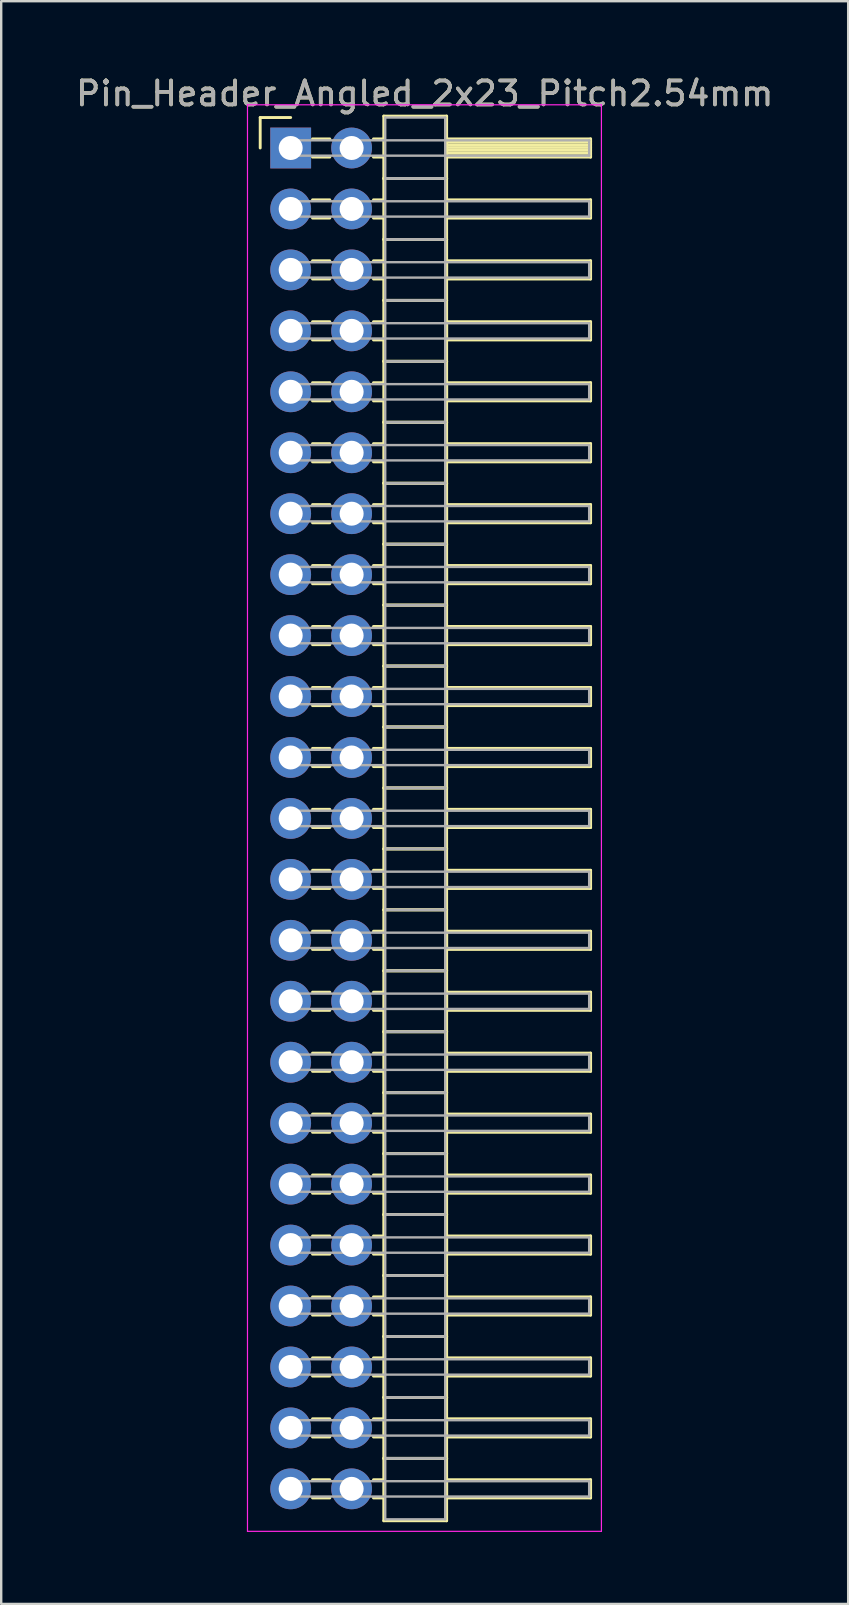
<source format=kicad_pcb>
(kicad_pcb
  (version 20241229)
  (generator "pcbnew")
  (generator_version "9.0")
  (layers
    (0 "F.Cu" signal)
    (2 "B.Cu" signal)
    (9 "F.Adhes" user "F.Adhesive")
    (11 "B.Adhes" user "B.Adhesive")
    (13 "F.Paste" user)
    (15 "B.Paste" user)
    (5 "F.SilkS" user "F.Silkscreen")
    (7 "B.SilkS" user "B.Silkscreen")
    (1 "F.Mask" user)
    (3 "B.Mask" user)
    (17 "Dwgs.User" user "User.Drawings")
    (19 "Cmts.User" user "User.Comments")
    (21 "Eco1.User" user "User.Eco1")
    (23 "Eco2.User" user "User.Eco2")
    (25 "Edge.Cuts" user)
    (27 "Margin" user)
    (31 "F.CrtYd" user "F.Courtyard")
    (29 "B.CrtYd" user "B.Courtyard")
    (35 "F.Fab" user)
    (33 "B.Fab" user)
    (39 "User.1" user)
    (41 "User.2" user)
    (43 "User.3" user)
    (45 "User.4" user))
  (footprint "Pin_Header_Angled_2x23_Pitch2.54mm"
    (layer "F.Cu")
    (at 9.064 3.118)
    (property "Reference" "Pin_Header_Angled_2x23_Pitch2.54mm" (at 5.585 -2.27 0) (layer "F.SilkS") (effects (font (size 1 1) (thickness 0.15))))
    (attr through_hole)
    (fp_line (start -1.27 -1.27) (end 0 -1.27) (stroke (width 0.12) (type solid)) (layer "F.SilkS"))
    (fp_line (start -1.27 0) (end -1.27 -1.27) (stroke (width 0.12) (type solid)) (layer "F.SilkS"))
    (fp_line (start 0.91 -0.38) (end 1.63 -0.38) (stroke (width 0.12) (type solid)) (layer "F.SilkS"))
    (fp_line (start 0.91 0.38) (end 1.63 0.38) (stroke (width 0.12) (type solid)) (layer "F.SilkS"))
    (fp_line (start 0.91 2.16) (end 1.63 2.16) (stroke (width 0.12) (type solid)) (layer "F.SilkS"))
    (fp_line (start 0.91 2.92) (end 1.63 2.92) (stroke (width 0.12) (type solid)) (layer "F.SilkS"))
    (fp_line (start 0.91 4.7) (end 1.63 4.7) (stroke (width 0.12) (type solid)) (layer "F.SilkS"))
    (fp_line (start 0.91 5.46) (end 1.63 5.46) (stroke (width 0.12) (type solid)) (layer "F.SilkS"))
    (fp_line (start 0.91 7.24) (end 1.63 7.24) (stroke (width 0.12) (type solid)) (layer "F.SilkS"))
    (fp_line (start 0.91 8) (end 1.63 8) (stroke (width 0.12) (type solid)) (layer "F.SilkS"))
    (fp_line (start 0.91 9.78) (end 1.63 9.78) (stroke (width 0.12) (type solid)) (layer "F.SilkS"))
    (fp_line (start 0.91 10.54) (end 1.63 10.54) (stroke (width 0.12) (type solid)) (layer "F.SilkS"))
    (fp_line (start 0.91 12.32) (end 1.63 12.32) (stroke (width 0.12) (type solid)) (layer "F.SilkS"))
    (fp_line (start 0.91 13.08) (end 1.63 13.08) (stroke (width 0.12) (type solid)) (layer "F.SilkS"))
    (fp_line (start 0.91 14.86) (end 1.63 14.86) (stroke (width 0.12) (type solid)) (layer "F.SilkS"))
    (fp_line (start 0.91 15.62) (end 1.63 15.62) (stroke (width 0.12) (type solid)) (layer "F.SilkS"))
    (fp_line (start 0.91 17.4) (end 1.63 17.4) (stroke (width 0.12) (type solid)) (layer "F.SilkS"))
    (fp_line (start 0.91 18.16) (end 1.63 18.16) (stroke (width 0.12) (type solid)) (layer "F.SilkS"))
    (fp_line (start 0.91 19.94) (end 1.63 19.94) (stroke (width 0.12) (type solid)) (layer "F.SilkS"))
    (fp_line (start 0.91 20.7) (end 1.63 20.7) (stroke (width 0.12) (type solid)) (layer "F.SilkS"))
    (fp_line (start 0.91 22.48) (end 1.63 22.48) (stroke (width 0.12) (type solid)) (layer "F.SilkS"))
    (fp_line (start 0.91 23.24) (end 1.63 23.24) (stroke (width 0.12) (type solid)) (layer "F.SilkS"))
    (fp_line (start 0.91 25.02) (end 1.63 25.02) (stroke (width 0.12) (type solid)) (layer "F.SilkS"))
    (fp_line (start 0.91 25.78) (end 1.63 25.78) (stroke (width 0.12) (type solid)) (layer "F.SilkS"))
    (fp_line (start 0.91 27.56) (end 1.63 27.56) (stroke (width 0.12) (type solid)) (layer "F.SilkS"))
    (fp_line (start 0.91 28.32) (end 1.63 28.32) (stroke (width 0.12) (type solid)) (layer "F.SilkS"))
    (fp_line (start 0.91 30.1) (end 1.63 30.1) (stroke (width 0.12) (type solid)) (layer "F.SilkS"))
    (fp_line (start 0.91 30.86) (end 1.63 30.86) (stroke (width 0.12) (type solid)) (layer "F.SilkS"))
    (fp_line (start 0.91 32.64) (end 1.63 32.64) (stroke (width 0.12) (type solid)) (layer "F.SilkS"))
    (fp_line (start 0.91 33.4) (end 1.63 33.4) (stroke (width 0.12) (type solid)) (layer "F.SilkS"))
    (fp_line (start 0.91 35.18) (end 1.63 35.18) (stroke (width 0.12) (type solid)) (layer "F.SilkS"))
    (fp_line (start 0.91 35.94) (end 1.63 35.94) (stroke (width 0.12) (type solid)) (layer "F.SilkS"))
    (fp_line (start 0.91 37.72) (end 1.63 37.72) (stroke (width 0.12) (type solid)) (layer "F.SilkS"))
    (fp_line (start 0.91 38.48) (end 1.63 38.48) (stroke (width 0.12) (type solid)) (layer "F.SilkS"))
    (fp_line (start 0.91 40.26) (end 1.63 40.26) (stroke (width 0.12) (type solid)) (layer "F.SilkS"))
    (fp_line (start 0.91 41.02) (end 1.63 41.02) (stroke (width 0.12) (type solid)) (layer "F.SilkS"))
    (fp_line (start 0.91 42.8) (end 1.63 42.8) (stroke (width 0.12) (type solid)) (layer "F.SilkS"))
    (fp_line (start 0.91 43.56) (end 1.63 43.56) (stroke (width 0.12) (type solid)) (layer "F.SilkS"))
    (fp_line (start 0.91 45.34) (end 1.63 45.34) (stroke (width 0.12) (type solid)) (layer "F.SilkS"))
    (fp_line (start 0.91 46.1) (end 1.63 46.1) (stroke (width 0.12) (type solid)) (layer "F.SilkS"))
    (fp_line (start 0.91 47.88) (end 1.63 47.88) (stroke (width 0.12) (type solid)) (layer "F.SilkS"))
    (fp_line (start 0.91 48.64) (end 1.63 48.64) (stroke (width 0.12) (type solid)) (layer "F.SilkS"))
    (fp_line (start 0.91 50.42) (end 1.63 50.42) (stroke (width 0.12) (type solid)) (layer "F.SilkS"))
    (fp_line (start 0.91 51.18) (end 1.63 51.18) (stroke (width 0.12) (type solid)) (layer "F.SilkS"))
    (fp_line (start 0.91 52.96) (end 1.63 52.96) (stroke (width 0.12) (type solid)) (layer "F.SilkS"))
    (fp_line (start 0.91 53.72) (end 1.63 53.72) (stroke (width 0.12) (type solid)) (layer "F.SilkS"))
    (fp_line (start 0.91 55.5) (end 1.63 55.5) (stroke (width 0.12) (type solid)) (layer "F.SilkS"))
    (fp_line (start 0.91 56.26) (end 1.63 56.26) (stroke (width 0.12) (type solid)) (layer "F.SilkS"))
    (fp_line (start 3.45 -0.38) (end 3.88 -0.38) (stroke (width 0.12) (type solid)) (layer "F.SilkS"))
    (fp_line (start 3.45 0.38) (end 3.88 0.38) (stroke (width 0.12) (type solid)) (layer "F.SilkS"))
    (fp_line (start 3.45 2.16) (end 3.88 2.16) (stroke (width 0.12) (type solid)) (layer "F.SilkS"))
    (fp_line (start 3.45 2.92) (end 3.88 2.92) (stroke (width 0.12) (type solid)) (layer "F.SilkS"))
    (fp_line (start 3.45 4.7) (end 3.88 4.7) (stroke (width 0.12) (type solid)) (layer "F.SilkS"))
    (fp_line (start 3.45 5.46) (end 3.88 5.46) (stroke (width 0.12) (type solid)) (layer "F.SilkS"))
    (fp_line (start 3.45 7.24) (end 3.88 7.24) (stroke (width 0.12) (type solid)) (layer "F.SilkS"))
    (fp_line (start 3.45 8) (end 3.88 8) (stroke (width 0.12) (type solid)) (layer "F.SilkS"))
    (fp_line (start 3.45 9.78) (end 3.88 9.78) (stroke (width 0.12) (type solid)) (layer "F.SilkS"))
    (fp_line (start 3.45 10.54) (end 3.88 10.54) (stroke (width 0.12) (type solid)) (layer "F.SilkS"))
    (fp_line (start 3.45 12.32) (end 3.88 12.32) (stroke (width 0.12) (type solid)) (layer "F.SilkS"))
    (fp_line (start 3.45 13.08) (end 3.88 13.08) (stroke (width 0.12) (type solid)) (layer "F.SilkS"))
    (fp_line (start 3.45 14.86) (end 3.88 14.86) (stroke (width 0.12) (type solid)) (layer "F.SilkS"))
    (fp_line (start 3.45 15.62) (end 3.88 15.62) (stroke (width 0.12) (type solid)) (layer "F.SilkS"))
    (fp_line (start 3.45 17.4) (end 3.88 17.4) (stroke (width 0.12) (type solid)) (layer "F.SilkS"))
    (fp_line (start 3.45 18.16) (end 3.88 18.16) (stroke (width 0.12) (type solid)) (layer "F.SilkS"))
    (fp_line (start 3.45 19.94) (end 3.88 19.94) (stroke (width 0.12) (type solid)) (layer "F.SilkS"))
    (fp_line (start 3.45 20.7) (end 3.88 20.7) (stroke (width 0.12) (type solid)) (layer "F.SilkS"))
    (fp_line (start 3.45 22.48) (end 3.88 22.48) (stroke (width 0.12) (type solid)) (layer "F.SilkS"))
    (fp_line (start 3.45 23.24) (end 3.88 23.24) (stroke (width 0.12) (type solid)) (layer "F.SilkS"))
    (fp_line (start 3.45 25.02) (end 3.88 25.02) (stroke (width 0.12) (type solid)) (layer "F.SilkS"))
    (fp_line (start 3.45 25.78) (end 3.88 25.78) (stroke (width 0.12) (type solid)) (layer "F.SilkS"))
    (fp_line (start 3.45 27.56) (end 3.88 27.56) (stroke (width 0.12) (type solid)) (layer "F.SilkS"))
    (fp_line (start 3.45 28.32) (end 3.88 28.32) (stroke (width 0.12) (type solid)) (layer "F.SilkS"))
    (fp_line (start 3.45 30.1) (end 3.88 30.1) (stroke (width 0.12) (type solid)) (layer "F.SilkS"))
    (fp_line (start 3.45 30.86) (end 3.88 30.86) (stroke (width 0.12) (type solid)) (layer "F.SilkS"))
    (fp_line (start 3.45 32.64) (end 3.88 32.64) (stroke (width 0.12) (type solid)) (layer "F.SilkS"))
    (fp_line (start 3.45 33.4) (end 3.88 33.4) (stroke (width 0.12) (type solid)) (layer "F.SilkS"))
    (fp_line (start 3.45 35.18) (end 3.88 35.18) (stroke (width 0.12) (type solid)) (layer "F.SilkS"))
    (fp_line (start 3.45 35.94) (end 3.88 35.94) (stroke (width 0.12) (type solid)) (layer "F.SilkS"))
    (fp_line (start 3.45 37.72) (end 3.88 37.72) (stroke (width 0.12) (type solid)) (layer "F.SilkS"))
    (fp_line (start 3.45 38.48) (end 3.88 38.48) (stroke (width 0.12) (type solid)) (layer "F.SilkS"))
    (fp_line (start 3.45 40.26) (end 3.88 40.26) (stroke (width 0.12) (type solid)) (layer "F.SilkS"))
    (fp_line (start 3.45 41.02) (end 3.88 41.02) (stroke (width 0.12) (type solid)) (layer "F.SilkS"))
    (fp_line (start 3.45 42.8) (end 3.88 42.8) (stroke (width 0.12) (type solid)) (layer "F.SilkS"))
    (fp_line (start 3.45 43.56) (end 3.88 43.56) (stroke (width 0.12) (type solid)) (layer "F.SilkS"))
    (fp_line (start 3.45 45.34) (end 3.88 45.34) (stroke (width 0.12) (type solid)) (layer "F.SilkS"))
    (fp_line (start 3.45 46.1) (end 3.88 46.1) (stroke (width 0.12) (type solid)) (layer "F.SilkS"))
    (fp_line (start 3.45 47.88) (end 3.88 47.88) (stroke (width 0.12) (type solid)) (layer "F.SilkS"))
    (fp_line (start 3.45 48.64) (end 3.88 48.64) (stroke (width 0.12) (type solid)) (layer "F.SilkS"))
    (fp_line (start 3.45 50.42) (end 3.88 50.42) (stroke (width 0.12) (type solid)) (layer "F.SilkS"))
    (fp_line (start 3.45 51.18) (end 3.88 51.18) (stroke (width 0.12) (type solid)) (layer "F.SilkS"))
    (fp_line (start 3.45 52.96) (end 3.88 52.96) (stroke (width 0.12) (type solid)) (layer "F.SilkS"))
    (fp_line (start 3.45 53.72) (end 3.88 53.72) (stroke (width 0.12) (type solid)) (layer "F.SilkS"))
    (fp_line (start 3.45 55.5) (end 3.88 55.5) (stroke (width 0.12) (type solid)) (layer "F.SilkS"))
    (fp_line (start 3.45 56.26) (end 3.88 56.26) (stroke (width 0.12) (type solid)) (layer "F.SilkS"))
    (fp_line (start 3.88 -1.33) (end 3.88 1.27) (stroke (width 0.12) (type solid)) (layer "F.SilkS"))
    (fp_line (start 3.88 1.27) (end 3.88 3.81) (stroke (width 0.12) (type solid)) (layer "F.SilkS"))
    (fp_line (start 3.88 1.27) (end 6.5 1.27) (stroke (width 0.12) (type solid)) (layer "F.SilkS"))
    (fp_line (start 3.88 3.81) (end 3.88 6.35) (stroke (width 0.12) (type solid)) (layer "F.SilkS"))
    (fp_line (start 3.88 3.81) (end 6.5 3.81) (stroke (width 0.12) (type solid)) (layer "F.SilkS"))
    (fp_line (start 3.88 6.35) (end 3.88 8.89) (stroke (width 0.12) (type solid)) (layer "F.SilkS"))
    (fp_line (start 3.88 6.35) (end 6.5 6.35) (stroke (width 0.12) (type solid)) (layer "F.SilkS"))
    (fp_line (start 3.88 8.89) (end 3.88 11.43) (stroke (width 0.12) (type solid)) (layer "F.SilkS"))
    (fp_line (start 3.88 8.89) (end 6.5 8.89) (stroke (width 0.12) (type solid)) (layer "F.SilkS"))
    (fp_line (start 3.88 11.43) (end 3.88 13.97) (stroke (width 0.12) (type solid)) (layer "F.SilkS"))
    (fp_line (start 3.88 11.43) (end 6.5 11.43) (stroke (width 0.12) (type solid)) (layer "F.SilkS"))
    (fp_line (start 3.88 13.97) (end 3.88 16.51) (stroke (width 0.12) (type solid)) (layer "F.SilkS"))
    (fp_line (start 3.88 13.97) (end 6.5 13.97) (stroke (width 0.12) (type solid)) (layer "F.SilkS"))
    (fp_line (start 3.88 16.51) (end 3.88 19.05) (stroke (width 0.12) (type solid)) (layer "F.SilkS"))
    (fp_line (start 3.88 16.51) (end 6.5 16.51) (stroke (width 0.12) (type solid)) (layer "F.SilkS"))
    (fp_line (start 3.88 19.05) (end 3.88 21.59) (stroke (width 0.12) (type solid)) (layer "F.SilkS"))
    (fp_line (start 3.88 19.05) (end 6.5 19.05) (stroke (width 0.12) (type solid)) (layer "F.SilkS"))
    (fp_line (start 3.88 21.59) (end 3.88 24.13) (stroke (width 0.12) (type solid)) (layer "F.SilkS"))
    (fp_line (start 3.88 21.59) (end 6.5 21.59) (stroke (width 0.12) (type solid)) (layer "F.SilkS"))
    (fp_line (start 3.88 24.13) (end 3.88 26.67) (stroke (width 0.12) (type solid)) (layer "F.SilkS"))
    (fp_line (start 3.88 24.13) (end 6.5 24.13) (stroke (width 0.12) (type solid)) (layer "F.SilkS"))
    (fp_line (start 3.88 26.67) (end 3.88 29.21) (stroke (width 0.12) (type solid)) (layer "F.SilkS"))
    (fp_line (start 3.88 26.67) (end 6.5 26.67) (stroke (width 0.12) (type solid)) (layer "F.SilkS"))
    (fp_line (start 3.88 29.21) (end 3.88 31.75) (stroke (width 0.12) (type solid)) (layer "F.SilkS"))
    (fp_line (start 3.88 29.21) (end 6.5 29.21) (stroke (width 0.12) (type solid)) (layer "F.SilkS"))
    (fp_line (start 3.88 31.75) (end 3.88 34.29) (stroke (width 0.12) (type solid)) (layer "F.SilkS"))
    (fp_line (start 3.88 31.75) (end 6.5 31.75) (stroke (width 0.12) (type solid)) (layer "F.SilkS"))
    (fp_line (start 3.88 34.29) (end 3.88 36.83) (stroke (width 0.12) (type solid)) (layer "F.SilkS"))
    (fp_line (start 3.88 34.29) (end 6.5 34.29) (stroke (width 0.12) (type solid)) (layer "F.SilkS"))
    (fp_line (start 3.88 36.83) (end 3.88 39.37) (stroke (width 0.12) (type solid)) (layer "F.SilkS"))
    (fp_line (start 3.88 36.83) (end 6.5 36.83) (stroke (width 0.12) (type solid)) (layer "F.SilkS"))
    (fp_line (start 3.88 39.37) (end 3.88 41.91) (stroke (width 0.12) (type solid)) (layer "F.SilkS"))
    (fp_line (start 3.88 39.37) (end 6.5 39.37) (stroke (width 0.12) (type solid)) (layer "F.SilkS"))
    (fp_line (start 3.88 41.91) (end 3.88 44.45) (stroke (width 0.12) (type solid)) (layer "F.SilkS"))
    (fp_line (start 3.88 41.91) (end 6.5 41.91) (stroke (width 0.12) (type solid)) (layer "F.SilkS"))
    (fp_line (start 3.88 44.45) (end 3.88 46.99) (stroke (width 0.12) (type solid)) (layer "F.SilkS"))
    (fp_line (start 3.88 44.45) (end 6.5 44.45) (stroke (width 0.12) (type solid)) (layer "F.SilkS"))
    (fp_line (start 3.88 46.99) (end 3.88 49.53) (stroke (width 0.12) (type solid)) (layer "F.SilkS"))
    (fp_line (start 3.88 46.99) (end 6.5 46.99) (stroke (width 0.12) (type solid)) (layer "F.SilkS"))
    (fp_line (start 3.88 49.53) (end 3.88 52.07) (stroke (width 0.12) (type solid)) (layer "F.SilkS"))
    (fp_line (start 3.88 49.53) (end 6.5 49.53) (stroke (width 0.12) (type solid)) (layer "F.SilkS"))
    (fp_line (start 3.88 52.07) (end 3.88 54.61) (stroke (width 0.12) (type solid)) (layer "F.SilkS"))
    (fp_line (start 3.88 52.07) (end 6.5 52.07) (stroke (width 0.12) (type solid)) (layer "F.SilkS"))
    (fp_line (start 3.88 54.61) (end 3.88 57.21) (stroke (width 0.12) (type solid)) (layer "F.SilkS"))
    (fp_line (start 3.88 54.61) (end 6.5 54.61) (stroke (width 0.12) (type solid)) (layer "F.SilkS"))
    (fp_line (start 3.88 57.21) (end 6.5 57.21) (stroke (width 0.12) (type solid)) (layer "F.SilkS"))
    (fp_line (start 6.5 -1.33) (end 3.88 -1.33) (stroke (width 0.12) (type solid)) (layer "F.SilkS"))
    (fp_line (start 6.5 -0.38) (end 6.5 0.38) (stroke (width 0.12) (type solid)) (layer "F.SilkS"))
    (fp_line (start 6.5 -0.26) (end 12.5 -0.26) (stroke (width 0.12) (type solid)) (layer "F.SilkS"))
    (fp_line (start 6.5 -0.14) (end 12.5 -0.14) (stroke (width 0.12) (type solid)) (layer "F.SilkS"))
    (fp_line (start 6.5 -0.02) (end 12.5 -0.02) (stroke (width 0.12) (type solid)) (layer "F.SilkS"))
    (fp_line (start 6.5 0.1) (end 12.5 0.1) (stroke (width 0.12) (type solid)) (layer "F.SilkS"))
    (fp_line (start 6.5 0.22) (end 12.5 0.22) (stroke (width 0.12) (type solid)) (layer "F.SilkS"))
    (fp_line (start 6.5 0.34) (end 12.5 0.34) (stroke (width 0.12) (type solid)) (layer "F.SilkS"))
    (fp_line (start 6.5 0.38) (end 12.5 0.38) (stroke (width 0.12) (type solid)) (layer "F.SilkS"))
    (fp_line (start 6.5 1.27) (end 3.88 1.27) (stroke (width 0.12) (type solid)) (layer "F.SilkS"))
    (fp_line (start 6.5 1.27) (end 6.5 -1.33) (stroke (width 0.12) (type solid)) (layer "F.SilkS"))
    (fp_line (start 6.5 2.16) (end 6.5 2.92) (stroke (width 0.12) (type solid)) (layer "F.SilkS"))
    (fp_line (start 6.5 2.92) (end 12.5 2.92) (stroke (width 0.12) (type solid)) (layer "F.SilkS"))
    (fp_line (start 6.5 3.81) (end 3.88 3.81) (stroke (width 0.12) (type solid)) (layer "F.SilkS"))
    (fp_line (start 6.5 3.81) (end 6.5 1.27) (stroke (width 0.12) (type solid)) (layer "F.SilkS"))
    (fp_line (start 6.5 4.7) (end 6.5 5.46) (stroke (width 0.12) (type solid)) (layer "F.SilkS"))
    (fp_line (start 6.5 5.46) (end 12.5 5.46) (stroke (width 0.12) (type solid)) (layer "F.SilkS"))
    (fp_line (start 6.5 6.35) (end 3.88 6.35) (stroke (width 0.12) (type solid)) (layer "F.SilkS"))
    (fp_line (start 6.5 6.35) (end 6.5 3.81) (stroke (width 0.12) (type solid)) (layer "F.SilkS"))
    (fp_line (start 6.5 7.24) (end 6.5 8) (stroke (width 0.12) (type solid)) (layer "F.SilkS"))
    (fp_line (start 6.5 8) (end 12.5 8) (stroke (width 0.12) (type solid)) (layer "F.SilkS"))
    (fp_line (start 6.5 8.89) (end 3.88 8.89) (stroke (width 0.12) (type solid)) (layer "F.SilkS"))
    (fp_line (start 6.5 8.89) (end 6.5 6.35) (stroke (width 0.12) (type solid)) (layer "F.SilkS"))
    (fp_line (start 6.5 9.78) (end 6.5 10.54) (stroke (width 0.12) (type solid)) (layer "F.SilkS"))
    (fp_line (start 6.5 10.54) (end 12.5 10.54) (stroke (width 0.12) (type solid)) (layer "F.SilkS"))
    (fp_line (start 6.5 11.43) (end 3.88 11.43) (stroke (width 0.12) (type solid)) (layer "F.SilkS"))
    (fp_line (start 6.5 11.43) (end 6.5 8.89) (stroke (width 0.12) (type solid)) (layer "F.SilkS"))
    (fp_line (start 6.5 12.32) (end 6.5 13.08) (stroke (width 0.12) (type solid)) (layer "F.SilkS"))
    (fp_line (start 6.5 13.08) (end 12.5 13.08) (stroke (width 0.12) (type solid)) (layer "F.SilkS"))
    (fp_line (start 6.5 13.97) (end 3.88 13.97) (stroke (width 0.12) (type solid)) (layer "F.SilkS"))
    (fp_line (start 6.5 13.97) (end 6.5 11.43) (stroke (width 0.12) (type solid)) (layer "F.SilkS"))
    (fp_line (start 6.5 14.86) (end 6.5 15.62) (stroke (width 0.12) (type solid)) (layer "F.SilkS"))
    (fp_line (start 6.5 15.62) (end 12.5 15.62) (stroke (width 0.12) (type solid)) (layer "F.SilkS"))
    (fp_line (start 6.5 16.51) (end 3.88 16.51) (stroke (width 0.12) (type solid)) (layer "F.SilkS"))
    (fp_line (start 6.5 16.51) (end 6.5 13.97) (stroke (width 0.12) (type solid)) (layer "F.SilkS"))
    (fp_line (start 6.5 17.4) (end 6.5 18.16) (stroke (width 0.12) (type solid)) (layer "F.SilkS"))
    (fp_line (start 6.5 18.16) (end 12.5 18.16) (stroke (width 0.12) (type solid)) (layer "F.SilkS"))
    (fp_line (start 6.5 19.05) (end 3.88 19.05) (stroke (width 0.12) (type solid)) (layer "F.SilkS"))
    (fp_line (start 6.5 19.05) (end 6.5 16.51) (stroke (width 0.12) (type solid)) (layer "F.SilkS"))
    (fp_line (start 6.5 19.94) (end 6.5 20.7) (stroke (width 0.12) (type solid)) (layer "F.SilkS"))
    (fp_line (start 6.5 20.7) (end 12.5 20.7) (stroke (width 0.12) (type solid)) (layer "F.SilkS"))
    (fp_line (start 6.5 21.59) (end 3.88 21.59) (stroke (width 0.12) (type solid)) (layer "F.SilkS"))
    (fp_line (start 6.5 21.59) (end 6.5 19.05) (stroke (width 0.12) (type solid)) (layer "F.SilkS"))
    (fp_line (start 6.5 22.48) (end 6.5 23.24) (stroke (width 0.12) (type solid)) (layer "F.SilkS"))
    (fp_line (start 6.5 23.24) (end 12.5 23.24) (stroke (width 0.12) (type solid)) (layer "F.SilkS"))
    (fp_line (start 6.5 24.13) (end 3.88 24.13) (stroke (width 0.12) (type solid)) (layer "F.SilkS"))
    (fp_line (start 6.5 24.13) (end 6.5 21.59) (stroke (width 0.12) (type solid)) (layer "F.SilkS"))
    (fp_line (start 6.5 25.02) (end 6.5 25.78) (stroke (width 0.12) (type solid)) (layer "F.SilkS"))
    (fp_line (start 6.5 25.78) (end 12.5 25.78) (stroke (width 0.12) (type solid)) (layer "F.SilkS"))
    (fp_line (start 6.5 26.67) (end 3.88 26.67) (stroke (width 0.12) (type solid)) (layer "F.SilkS"))
    (fp_line (start 6.5 26.67) (end 6.5 24.13) (stroke (width 0.12) (type solid)) (layer "F.SilkS"))
    (fp_line (start 6.5 27.56) (end 6.5 28.32) (stroke (width 0.12) (type solid)) (layer "F.SilkS"))
    (fp_line (start 6.5 28.32) (end 12.5 28.32) (stroke (width 0.12) (type solid)) (layer "F.SilkS"))
    (fp_line (start 6.5 29.21) (end 3.88 29.21) (stroke (width 0.12) (type solid)) (layer "F.SilkS"))
    (fp_line (start 6.5 29.21) (end 6.5 26.67) (stroke (width 0.12) (type solid)) (layer "F.SilkS"))
    (fp_line (start 6.5 30.1) (end 6.5 30.86) (stroke (width 0.12) (type solid)) (layer "F.SilkS"))
    (fp_line (start 6.5 30.86) (end 12.5 30.86) (stroke (width 0.12) (type solid)) (layer "F.SilkS"))
    (fp_line (start 6.5 31.75) (end 3.88 31.75) (stroke (width 0.12) (type solid)) (layer "F.SilkS"))
    (fp_line (start 6.5 31.75) (end 6.5 29.21) (stroke (width 0.12) (type solid)) (layer "F.SilkS"))
    (fp_line (start 6.5 32.64) (end 6.5 33.4) (stroke (width 0.12) (type solid)) (layer "F.SilkS"))
    (fp_line (start 6.5 33.4) (end 12.5 33.4) (stroke (width 0.12) (type solid)) (layer "F.SilkS"))
    (fp_line (start 6.5 34.29) (end 3.88 34.29) (stroke (width 0.12) (type solid)) (layer "F.SilkS"))
    (fp_line (start 6.5 34.29) (end 6.5 31.75) (stroke (width 0.12) (type solid)) (layer "F.SilkS"))
    (fp_line (start 6.5 35.18) (end 6.5 35.94) (stroke (width 0.12) (type solid)) (layer "F.SilkS"))
    (fp_line (start 6.5 35.94) (end 12.5 35.94) (stroke (width 0.12) (type solid)) (layer "F.SilkS"))
    (fp_line (start 6.5 36.83) (end 3.88 36.83) (stroke (width 0.12) (type solid)) (layer "F.SilkS"))
    (fp_line (start 6.5 36.83) (end 6.5 34.29) (stroke (width 0.12) (type solid)) (layer "F.SilkS"))
    (fp_line (start 6.5 37.72) (end 6.5 38.48) (stroke (width 0.12) (type solid)) (layer "F.SilkS"))
    (fp_line (start 6.5 38.48) (end 12.5 38.48) (stroke (width 0.12) (type solid)) (layer "F.SilkS"))
    (fp_line (start 6.5 39.37) (end 3.88 39.37) (stroke (width 0.12) (type solid)) (layer "F.SilkS"))
    (fp_line (start 6.5 39.37) (end 6.5 36.83) (stroke (width 0.12) (type solid)) (layer "F.SilkS"))
    (fp_line (start 6.5 40.26) (end 6.5 41.02) (stroke (width 0.12) (type solid)) (layer "F.SilkS"))
    (fp_line (start 6.5 41.02) (end 12.5 41.02) (stroke (width 0.12) (type solid)) (layer "F.SilkS"))
    (fp_line (start 6.5 41.91) (end 3.88 41.91) (stroke (width 0.12) (type solid)) (layer "F.SilkS"))
    (fp_line (start 6.5 41.91) (end 6.5 39.37) (stroke (width 0.12) (type solid)) (layer "F.SilkS"))
    (fp_line (start 6.5 42.8) (end 6.5 43.56) (stroke (width 0.12) (type solid)) (layer "F.SilkS"))
    (fp_line (start 6.5 43.56) (end 12.5 43.56) (stroke (width 0.12) (type solid)) (layer "F.SilkS"))
    (fp_line (start 6.5 44.45) (end 3.88 44.45) (stroke (width 0.12) (type solid)) (layer "F.SilkS"))
    (fp_line (start 6.5 44.45) (end 6.5 41.91) (stroke (width 0.12) (type solid)) (layer "F.SilkS"))
    (fp_line (start 6.5 45.34) (end 6.5 46.1) (stroke (width 0.12) (type solid)) (layer "F.SilkS"))
    (fp_line (start 6.5 46.1) (end 12.5 46.1) (stroke (width 0.12) (type solid)) (layer "F.SilkS"))
    (fp_line (start 6.5 46.99) (end 3.88 46.99) (stroke (width 0.12) (type solid)) (layer "F.SilkS"))
    (fp_line (start 6.5 46.99) (end 6.5 44.45) (stroke (width 0.12) (type solid)) (layer "F.SilkS"))
    (fp_line (start 6.5 47.88) (end 6.5 48.64) (stroke (width 0.12) (type solid)) (layer "F.SilkS"))
    (fp_line (start 6.5 48.64) (end 12.5 48.64) (stroke (width 0.12) (type solid)) (layer "F.SilkS"))
    (fp_line (start 6.5 49.53) (end 3.88 49.53) (stroke (width 0.12) (type solid)) (layer "F.SilkS"))
    (fp_line (start 6.5 49.53) (end 6.5 46.99) (stroke (width 0.12) (type solid)) (layer "F.SilkS"))
    (fp_line (start 6.5 50.42) (end 6.5 51.18) (stroke (width 0.12) (type solid)) (layer "F.SilkS"))
    (fp_line (start 6.5 51.18) (end 12.5 51.18) (stroke (width 0.12) (type solid)) (layer "F.SilkS"))
    (fp_line (start 6.5 52.07) (end 3.88 52.07) (stroke (width 0.12) (type solid)) (layer "F.SilkS"))
    (fp_line (start 6.5 52.07) (end 6.5 49.53) (stroke (width 0.12) (type solid)) (layer "F.SilkS"))
    (fp_line (start 6.5 52.96) (end 6.5 53.72) (stroke (width 0.12) (type solid)) (layer "F.SilkS"))
    (fp_line (start 6.5 53.72) (end 12.5 53.72) (stroke (width 0.12) (type solid)) (layer "F.SilkS"))
    (fp_line (start 6.5 54.61) (end 3.88 54.61) (stroke (width 0.12) (type solid)) (layer "F.SilkS"))
    (fp_line (start 6.5 54.61) (end 6.5 52.07) (stroke (width 0.12) (type solid)) (layer "F.SilkS"))
    (fp_line (start 6.5 55.5) (end 6.5 56.26) (stroke (width 0.12) (type solid)) (layer "F.SilkS"))
    (fp_line (start 6.5 56.26) (end 12.5 56.26) (stroke (width 0.12) (type solid)) (layer "F.SilkS"))
    (fp_line (start 6.5 57.21) (end 6.5 54.61) (stroke (width 0.12) (type solid)) (layer "F.SilkS"))
    (fp_line (start 12.5 -0.38) (end 6.5 -0.38) (stroke (width 0.12) (type solid)) (layer "F.SilkS"))
    (fp_line (start 12.5 0.38) (end 12.5 -0.38) (stroke (width 0.12) (type solid)) (layer "F.SilkS"))
    (fp_line (start 12.5 2.16) (end 6.5 2.16) (stroke (width 0.12) (type solid)) (layer "F.SilkS"))
    (fp_line (start 12.5 2.92) (end 12.5 2.16) (stroke (width 0.12) (type solid)) (layer "F.SilkS"))
    (fp_line (start 12.5 4.7) (end 6.5 4.7) (stroke (width 0.12) (type solid)) (layer "F.SilkS"))
    (fp_line (start 12.5 5.46) (end 12.5 4.7) (stroke (width 0.12) (type solid)) (layer "F.SilkS"))
    (fp_line (start 12.5 7.24) (end 6.5 7.24) (stroke (width 0.12) (type solid)) (layer "F.SilkS"))
    (fp_line (start 12.5 8) (end 12.5 7.24) (stroke (width 0.12) (type solid)) (layer "F.SilkS"))
    (fp_line (start 12.5 9.78) (end 6.5 9.78) (stroke (width 0.12) (type solid)) (layer "F.SilkS"))
    (fp_line (start 12.5 10.54) (end 12.5 9.78) (stroke (width 0.12) (type solid)) (layer "F.SilkS"))
    (fp_line (start 12.5 12.32) (end 6.5 12.32) (stroke (width 0.12) (type solid)) (layer "F.SilkS"))
    (fp_line (start 12.5 13.08) (end 12.5 12.32) (stroke (width 0.12) (type solid)) (layer "F.SilkS"))
    (fp_line (start 12.5 14.86) (end 6.5 14.86) (stroke (width 0.12) (type solid)) (layer "F.SilkS"))
    (fp_line (start 12.5 15.62) (end 12.5 14.86) (stroke (width 0.12) (type solid)) (layer "F.SilkS"))
    (fp_line (start 12.5 17.4) (end 6.5 17.4) (stroke (width 0.12) (type solid)) (layer "F.SilkS"))
    (fp_line (start 12.5 18.16) (end 12.5 17.4) (stroke (width 0.12) (type solid)) (layer "F.SilkS"))
    (fp_line (start 12.5 19.94) (end 6.5 19.94) (stroke (width 0.12) (type solid)) (layer "F.SilkS"))
    (fp_line (start 12.5 20.7) (end 12.5 19.94) (stroke (width 0.12) (type solid)) (layer "F.SilkS"))
    (fp_line (start 12.5 22.48) (end 6.5 22.48) (stroke (width 0.12) (type solid)) (layer "F.SilkS"))
    (fp_line (start 12.5 23.24) (end 12.5 22.48) (stroke (width 0.12) (type solid)) (layer "F.SilkS"))
    (fp_line (start 12.5 25.02) (end 6.5 25.02) (stroke (width 0.12) (type solid)) (layer "F.SilkS"))
    (fp_line (start 12.5 25.78) (end 12.5 25.02) (stroke (width 0.12) (type solid)) (layer "F.SilkS"))
    (fp_line (start 12.5 27.56) (end 6.5 27.56) (stroke (width 0.12) (type solid)) (layer "F.SilkS"))
    (fp_line (start 12.5 28.32) (end 12.5 27.56) (stroke (width 0.12) (type solid)) (layer "F.SilkS"))
    (fp_line (start 12.5 30.1) (end 6.5 30.1) (stroke (width 0.12) (type solid)) (layer "F.SilkS"))
    (fp_line (start 12.5 30.86) (end 12.5 30.1) (stroke (width 0.12) (type solid)) (layer "F.SilkS"))
    (fp_line (start 12.5 32.64) (end 6.5 32.64) (stroke (width 0.12) (type solid)) (layer "F.SilkS"))
    (fp_line (start 12.5 33.4) (end 12.5 32.64) (stroke (width 0.12) (type solid)) (layer "F.SilkS"))
    (fp_line (start 12.5 35.18) (end 6.5 35.18) (stroke (width 0.12) (type solid)) (layer "F.SilkS"))
    (fp_line (start 12.5 35.94) (end 12.5 35.18) (stroke (width 0.12) (type solid)) (layer "F.SilkS"))
    (fp_line (start 12.5 37.72) (end 6.5 37.72) (stroke (width 0.12) (type solid)) (layer "F.SilkS"))
    (fp_line (start 12.5 38.48) (end 12.5 37.72) (stroke (width 0.12) (type solid)) (layer "F.SilkS"))
    (fp_line (start 12.5 40.26) (end 6.5 40.26) (stroke (width 0.12) (type solid)) (layer "F.SilkS"))
    (fp_line (start 12.5 41.02) (end 12.5 40.26) (stroke (width 0.12) (type solid)) (layer "F.SilkS"))
    (fp_line (start 12.5 42.8) (end 6.5 42.8) (stroke (width 0.12) (type solid)) (layer "F.SilkS"))
    (fp_line (start 12.5 43.56) (end 12.5 42.8) (stroke (width 0.12) (type solid)) (layer "F.SilkS"))
    (fp_line (start 12.5 45.34) (end 6.5 45.34) (stroke (width 0.12) (type solid)) (layer "F.SilkS"))
    (fp_line (start 12.5 46.1) (end 12.5 45.34) (stroke (width 0.12) (type solid)) (layer "F.SilkS"))
    (fp_line (start 12.5 47.88) (end 6.5 47.88) (stroke (width 0.12) (type solid)) (layer "F.SilkS"))
    (fp_line (start 12.5 48.64) (end 12.5 47.88) (stroke (width 0.12) (type solid)) (layer "F.SilkS"))
    (fp_line (start 12.5 50.42) (end 6.5 50.42) (stroke (width 0.12) (type solid)) (layer "F.SilkS"))
    (fp_line (start 12.5 51.18) (end 12.5 50.42) (stroke (width 0.12) (type solid)) (layer "F.SilkS"))
    (fp_line (start 12.5 52.96) (end 6.5 52.96) (stroke (width 0.12) (type solid)) (layer "F.SilkS"))
    (fp_line (start 12.5 53.72) (end 12.5 52.96) (stroke (width 0.12) (type solid)) (layer "F.SilkS"))
    (fp_line (start 12.5 55.5) (end 6.5 55.5) (stroke (width 0.12) (type solid)) (layer "F.SilkS"))
    (fp_line (start 12.5 56.26) (end 12.5 55.5) (stroke (width 0.12) (type solid)) (layer "F.SilkS"))
    (fp_line (start -1.8 -1.8) (end -1.8 57.65) (stroke (width 0.05) (type solid)) (layer "F.CrtYd"))
    (fp_line (start -1.8 57.65) (end 12.95 57.65) (stroke (width 0.05) (type solid)) (layer "F.CrtYd"))
    (fp_line (start 12.95 -1.8) (end -1.8 -1.8) (stroke (width 0.05) (type solid)) (layer "F.CrtYd"))
    (fp_line (start 12.95 57.65) (end 12.95 -1.8) (stroke (width 0.05) (type solid)) (layer "F.CrtYd"))
    (fp_line (start 0 -0.32) (end 0 0.32) (stroke (width 0.1) (type solid)) (layer "F.Fab"))
    (fp_line (start 0 0.32) (end 12.44 0.32) (stroke (width 0.1) (type solid)) (layer "F.Fab"))
    (fp_line (start 0 2.22) (end 0 2.86) (stroke (width 0.1) (type solid)) (layer "F.Fab"))
    (fp_line (start 0 2.86) (end 12.44 2.86) (stroke (width 0.1) (type solid)) (layer "F.Fab"))
    (fp_line (start 0 4.76) (end 0 5.4) (stroke (width 0.1) (type solid)) (layer "F.Fab"))
    (fp_line (start 0 5.4) (end 12.44 5.4) (stroke (width 0.1) (type solid)) (layer "F.Fab"))
    (fp_line (start 0 7.3) (end 0 7.94) (stroke (width 0.1) (type solid)) (layer "F.Fab"))
    (fp_line (start 0 7.94) (end 12.44 7.94) (stroke (width 0.1) (type solid)) (layer "F.Fab"))
    (fp_line (start 0 9.84) (end 0 10.48) (stroke (width 0.1) (type solid)) (layer "F.Fab"))
    (fp_line (start 0 10.48) (end 12.44 10.48) (stroke (width 0.1) (type solid)) (layer "F.Fab"))
    (fp_line (start 0 12.38) (end 0 13.02) (stroke (width 0.1) (type solid)) (layer "F.Fab"))
    (fp_line (start 0 13.02) (end 12.44 13.02) (stroke (width 0.1) (type solid)) (layer "F.Fab"))
    (fp_line (start 0 14.92) (end 0 15.56) (stroke (width 0.1) (type solid)) (layer "F.Fab"))
    (fp_line (start 0 15.56) (end 12.44 15.56) (stroke (width 0.1) (type solid)) (layer "F.Fab"))
    (fp_line (start 0 17.46) (end 0 18.1) (stroke (width 0.1) (type solid)) (layer "F.Fab"))
    (fp_line (start 0 18.1) (end 12.44 18.1) (stroke (width 0.1) (type solid)) (layer "F.Fab"))
    (fp_line (start 0 20) (end 0 20.64) (stroke (width 0.1) (type solid)) (layer "F.Fab"))
    (fp_line (start 0 20.64) (end 12.44 20.64) (stroke (width 0.1) (type solid)) (layer "F.Fab"))
    (fp_line (start 0 22.54) (end 0 23.18) (stroke (width 0.1) (type solid)) (layer "F.Fab"))
    (fp_line (start 0 23.18) (end 12.44 23.18) (stroke (width 0.1) (type solid)) (layer "F.Fab"))
    (fp_line (start 0 25.08) (end 0 25.72) (stroke (width 0.1) (type solid)) (layer "F.Fab"))
    (fp_line (start 0 25.72) (end 12.44 25.72) (stroke (width 0.1) (type solid)) (layer "F.Fab"))
    (fp_line (start 0 27.62) (end 0 28.26) (stroke (width 0.1) (type solid)) (layer "F.Fab"))
    (fp_line (start 0 28.26) (end 12.44 28.26) (stroke (width 0.1) (type solid)) (layer "F.Fab"))
    (fp_line (start 0 30.16) (end 0 30.8) (stroke (width 0.1) (type solid)) (layer "F.Fab"))
    (fp_line (start 0 30.8) (end 12.44 30.8) (stroke (width 0.1) (type solid)) (layer "F.Fab"))
    (fp_line (start 0 32.7) (end 0 33.34) (stroke (width 0.1) (type solid)) (layer "F.Fab"))
    (fp_line (start 0 33.34) (end 12.44 33.34) (stroke (width 0.1) (type solid)) (layer "F.Fab"))
    (fp_line (start 0 35.24) (end 0 35.88) (stroke (width 0.1) (type solid)) (layer "F.Fab"))
    (fp_line (start 0 35.88) (end 12.44 35.88) (stroke (width 0.1) (type solid)) (layer "F.Fab"))
    (fp_line (start 0 37.78) (end 0 38.42) (stroke (width 0.1) (type solid)) (layer "F.Fab"))
    (fp_line (start 0 38.42) (end 12.44 38.42) (stroke (width 0.1) (type solid)) (layer "F.Fab"))
    (fp_line (start 0 40.32) (end 0 40.96) (stroke (width 0.1) (type solid)) (layer "F.Fab"))
    (fp_line (start 0 40.96) (end 12.44 40.96) (stroke (width 0.1) (type solid)) (layer "F.Fab"))
    (fp_line (start 0 42.86) (end 0 43.5) (stroke (width 0.1) (type solid)) (layer "F.Fab"))
    (fp_line (start 0 43.5) (end 12.44 43.5) (stroke (width 0.1) (type solid)) (layer "F.Fab"))
    (fp_line (start 0 45.4) (end 0 46.04) (stroke (width 0.1) (type solid)) (layer "F.Fab"))
    (fp_line (start 0 46.04) (end 12.44 46.04) (stroke (width 0.1) (type solid)) (layer "F.Fab"))
    (fp_line (start 0 47.94) (end 0 48.58) (stroke (width 0.1) (type solid)) (layer "F.Fab"))
    (fp_line (start 0 48.58) (end 12.44 48.58) (stroke (width 0.1) (type solid)) (layer "F.Fab"))
    (fp_line (start 0 50.48) (end 0 51.12) (stroke (width 0.1) (type solid)) (layer "F.Fab"))
    (fp_line (start 0 51.12) (end 12.44 51.12) (stroke (width 0.1) (type solid)) (layer "F.Fab"))
    (fp_line (start 0 53.02) (end 0 53.66) (stroke (width 0.1) (type solid)) (layer "F.Fab"))
    (fp_line (start 0 53.66) (end 12.44 53.66) (stroke (width 0.1) (type solid)) (layer "F.Fab"))
    (fp_line (start 0 55.56) (end 0 56.2) (stroke (width 0.1) (type solid)) (layer "F.Fab"))
    (fp_line (start 0 56.2) (end 12.44 56.2) (stroke (width 0.1) (type solid)) (layer "F.Fab"))
    (fp_line (start 3.94 -1.27) (end 3.94 1.27) (stroke (width 0.1) (type solid)) (layer "F.Fab"))
    (fp_line (start 3.94 1.27) (end 3.94 3.81) (stroke (width 0.1) (type solid)) (layer "F.Fab"))
    (fp_line (start 3.94 1.27) (end 6.44 1.27) (stroke (width 0.1) (type solid)) (layer "F.Fab"))
    (fp_line (start 3.94 3.81) (end 3.94 6.35) (stroke (width 0.1) (type solid)) (layer "F.Fab"))
    (fp_line (start 3.94 3.81) (end 6.44 3.81) (stroke (width 0.1) (type solid)) (layer "F.Fab"))
    (fp_line (start 3.94 6.35) (end 3.94 8.89) (stroke (width 0.1) (type solid)) (layer "F.Fab"))
    (fp_line (start 3.94 6.35) (end 6.44 6.35) (stroke (width 0.1) (type solid)) (layer "F.Fab"))
    (fp_line (start 3.94 8.89) (end 3.94 11.43) (stroke (width 0.1) (type solid)) (layer "F.Fab"))
    (fp_line (start 3.94 8.89) (end 6.44 8.89) (stroke (width 0.1) (type solid)) (layer "F.Fab"))
    (fp_line (start 3.94 11.43) (end 3.94 13.97) (stroke (width 0.1) (type solid)) (layer "F.Fab"))
    (fp_line (start 3.94 11.43) (end 6.44 11.43) (stroke (width 0.1) (type solid)) (layer "F.Fab"))
    (fp_line (start 3.94 13.97) (end 3.94 16.51) (stroke (width 0.1) (type solid)) (layer "F.Fab"))
    (fp_line (start 3.94 13.97) (end 6.44 13.97) (stroke (width 0.1) (type solid)) (layer "F.Fab"))
    (fp_line (start 3.94 16.51) (end 3.94 19.05) (stroke (width 0.1) (type solid)) (layer "F.Fab"))
    (fp_line (start 3.94 16.51) (end 6.44 16.51) (stroke (width 0.1) (type solid)) (layer "F.Fab"))
    (fp_line (start 3.94 19.05) (end 3.94 21.59) (stroke (width 0.1) (type solid)) (layer "F.Fab"))
    (fp_line (start 3.94 19.05) (end 6.44 19.05) (stroke (width 0.1) (type solid)) (layer "F.Fab"))
    (fp_line (start 3.94 21.59) (end 3.94 24.13) (stroke (width 0.1) (type solid)) (layer "F.Fab"))
    (fp_line (start 3.94 21.59) (end 6.44 21.59) (stroke (width 0.1) (type solid)) (layer "F.Fab"))
    (fp_line (start 3.94 24.13) (end 3.94 26.67) (stroke (width 0.1) (type solid)) (layer "F.Fab"))
    (fp_line (start 3.94 24.13) (end 6.44 24.13) (stroke (width 0.1) (type solid)) (layer "F.Fab"))
    (fp_line (start 3.94 26.67) (end 3.94 29.21) (stroke (width 0.1) (type solid)) (layer "F.Fab"))
    (fp_line (start 3.94 26.67) (end 6.44 26.67) (stroke (width 0.1) (type solid)) (layer "F.Fab"))
    (fp_line (start 3.94 29.21) (end 3.94 31.75) (stroke (width 0.1) (type solid)) (layer "F.Fab"))
    (fp_line (start 3.94 29.21) (end 6.44 29.21) (stroke (width 0.1) (type solid)) (layer "F.Fab"))
    (fp_line (start 3.94 31.75) (end 3.94 34.29) (stroke (width 0.1) (type solid)) (layer "F.Fab"))
    (fp_line (start 3.94 31.75) (end 6.44 31.75) (stroke (width 0.1) (type solid)) (layer "F.Fab"))
    (fp_line (start 3.94 34.29) (end 3.94 36.83) (stroke (width 0.1) (type solid)) (layer "F.Fab"))
    (fp_line (start 3.94 34.29) (end 6.44 34.29) (stroke (width 0.1) (type solid)) (layer "F.Fab"))
    (fp_line (start 3.94 36.83) (end 3.94 39.37) (stroke (width 0.1) (type solid)) (layer "F.Fab"))
    (fp_line (start 3.94 36.83) (end 6.44 36.83) (stroke (width 0.1) (type solid)) (layer "F.Fab"))
    (fp_line (start 3.94 39.37) (end 3.94 41.91) (stroke (width 0.1) (type solid)) (layer "F.Fab"))
    (fp_line (start 3.94 39.37) (end 6.44 39.37) (stroke (width 0.1) (type solid)) (layer "F.Fab"))
    (fp_line (start 3.94 41.91) (end 3.94 44.45) (stroke (width 0.1) (type solid)) (layer "F.Fab"))
    (fp_line (start 3.94 41.91) (end 6.44 41.91) (stroke (width 0.1) (type solid)) (layer "F.Fab"))
    (fp_line (start 3.94 44.45) (end 3.94 46.99) (stroke (width 0.1) (type solid)) (layer "F.Fab"))
    (fp_line (start 3.94 44.45) (end 6.44 44.45) (stroke (width 0.1) (type solid)) (layer "F.Fab"))
    (fp_line (start 3.94 46.99) (end 3.94 49.53) (stroke (width 0.1) (type solid)) (layer "F.Fab"))
    (fp_line (start 3.94 46.99) (end 6.44 46.99) (stroke (width 0.1) (type solid)) (layer "F.Fab"))
    (fp_line (start 3.94 49.53) (end 3.94 52.07) (stroke (width 0.1) (type solid)) (layer "F.Fab"))
    (fp_line (start 3.94 49.53) (end 6.44 49.53) (stroke (width 0.1) (type solid)) (layer "F.Fab"))
    (fp_line (start 3.94 52.07) (end 3.94 54.61) (stroke (width 0.1) (type solid)) (layer "F.Fab"))
    (fp_line (start 3.94 52.07) (end 6.44 52.07) (stroke (width 0.1) (type solid)) (layer "F.Fab"))
    (fp_line (start 3.94 54.61) (end 3.94 57.15) (stroke (width 0.1) (type solid)) (layer "F.Fab"))
    (fp_line (start 3.94 54.61) (end 6.44 54.61) (stroke (width 0.1) (type solid)) (layer "F.Fab"))
    (fp_line (start 3.94 57.15) (end 6.44 57.15) (stroke (width 0.1) (type solid)) (layer "F.Fab"))
    (fp_line (start 6.44 -1.27) (end 3.94 -1.27) (stroke (width 0.1) (type solid)) (layer "F.Fab"))
    (fp_line (start 6.44 1.27) (end 3.94 1.27) (stroke (width 0.1) (type solid)) (layer "F.Fab"))
    (fp_line (start 6.44 1.27) (end 6.44 -1.27) (stroke (width 0.1) (type solid)) (layer "F.Fab"))
    (fp_line (start 6.44 3.81) (end 3.94 3.81) (stroke (width 0.1) (type solid)) (layer "F.Fab"))
    (fp_line (start 6.44 3.81) (end 6.44 1.27) (stroke (width 0.1) (type solid)) (layer "F.Fab"))
    (fp_line (start 6.44 6.35) (end 3.94 6.35) (stroke (width 0.1) (type solid)) (layer "F.Fab"))
    (fp_line (start 6.44 6.35) (end 6.44 3.81) (stroke (width 0.1) (type solid)) (layer "F.Fab"))
    (fp_line (start 6.44 8.89) (end 3.94 8.89) (stroke (width 0.1) (type solid)) (layer "F.Fab"))
    (fp_line (start 6.44 8.89) (end 6.44 6.35) (stroke (width 0.1) (type solid)) (layer "F.Fab"))
    (fp_line (start 6.44 11.43) (end 3.94 11.43) (stroke (width 0.1) (type solid)) (layer "F.Fab"))
    (fp_line (start 6.44 11.43) (end 6.44 8.89) (stroke (width 0.1) (type solid)) (layer "F.Fab"))
    (fp_line (start 6.44 13.97) (end 3.94 13.97) (stroke (width 0.1) (type solid)) (layer "F.Fab"))
    (fp_line (start 6.44 13.97) (end 6.44 11.43) (stroke (width 0.1) (type solid)) (layer "F.Fab"))
    (fp_line (start 6.44 16.51) (end 3.94 16.51) (stroke (width 0.1) (type solid)) (layer "F.Fab"))
    (fp_line (start 6.44 16.51) (end 6.44 13.97) (stroke (width 0.1) (type solid)) (layer "F.Fab"))
    (fp_line (start 6.44 19.05) (end 3.94 19.05) (stroke (width 0.1) (type solid)) (layer "F.Fab"))
    (fp_line (start 6.44 19.05) (end 6.44 16.51) (stroke (width 0.1) (type solid)) (layer "F.Fab"))
    (fp_line (start 6.44 21.59) (end 3.94 21.59) (stroke (width 0.1) (type solid)) (layer "F.Fab"))
    (fp_line (start 6.44 21.59) (end 6.44 19.05) (stroke (width 0.1) (type solid)) (layer "F.Fab"))
    (fp_line (start 6.44 24.13) (end 3.94 24.13) (stroke (width 0.1) (type solid)) (layer "F.Fab"))
    (fp_line (start 6.44 24.13) (end 6.44 21.59) (stroke (width 0.1) (type solid)) (layer "F.Fab"))
    (fp_line (start 6.44 26.67) (end 3.94 26.67) (stroke (width 0.1) (type solid)) (layer "F.Fab"))
    (fp_line (start 6.44 26.67) (end 6.44 24.13) (stroke (width 0.1) (type solid)) (layer "F.Fab"))
    (fp_line (start 6.44 29.21) (end 3.94 29.21) (stroke (width 0.1) (type solid)) (layer "F.Fab"))
    (fp_line (start 6.44 29.21) (end 6.44 26.67) (stroke (width 0.1) (type solid)) (layer "F.Fab"))
    (fp_line (start 6.44 31.75) (end 3.94 31.75) (stroke (width 0.1) (type solid)) (layer "F.Fab"))
    (fp_line (start 6.44 31.75) (end 6.44 29.21) (stroke (width 0.1) (type solid)) (layer "F.Fab"))
    (fp_line (start 6.44 34.29) (end 3.94 34.29) (stroke (width 0.1) (type solid)) (layer "F.Fab"))
    (fp_line (start 6.44 34.29) (end 6.44 31.75) (stroke (width 0.1) (type solid)) (layer "F.Fab"))
    (fp_line (start 6.44 36.83) (end 3.94 36.83) (stroke (width 0.1) (type solid)) (layer "F.Fab"))
    (fp_line (start 6.44 36.83) (end 6.44 34.29) (stroke (width 0.1) (type solid)) (layer "F.Fab"))
    (fp_line (start 6.44 39.37) (end 3.94 39.37) (stroke (width 0.1) (type solid)) (layer "F.Fab"))
    (fp_line (start 6.44 39.37) (end 6.44 36.83) (stroke (width 0.1) (type solid)) (layer "F.Fab"))
    (fp_line (start 6.44 41.91) (end 3.94 41.91) (stroke (width 0.1) (type solid)) (layer "F.Fab"))
    (fp_line (start 6.44 41.91) (end 6.44 39.37) (stroke (width 0.1) (type solid)) (layer "F.Fab"))
    (fp_line (start 6.44 44.45) (end 3.94 44.45) (stroke (width 0.1) (type solid)) (layer "F.Fab"))
    (fp_line (start 6.44 44.45) (end 6.44 41.91) (stroke (width 0.1) (type solid)) (layer "F.Fab"))
    (fp_line (start 6.44 46.99) (end 3.94 46.99) (stroke (width 0.1) (type solid)) (layer "F.Fab"))
    (fp_line (start 6.44 46.99) (end 6.44 44.45) (stroke (width 0.1) (type solid)) (layer "F.Fab"))
    (fp_line (start 6.44 49.53) (end 3.94 49.53) (stroke (width 0.1) (type solid)) (layer "F.Fab"))
    (fp_line (start 6.44 49.53) (end 6.44 46.99) (stroke (width 0.1) (type solid)) (layer "F.Fab"))
    (fp_line (start 6.44 52.07) (end 3.94 52.07) (stroke (width 0.1) (type solid)) (layer "F.Fab"))
    (fp_line (start 6.44 52.07) (end 6.44 49.53) (stroke (width 0.1) (type solid)) (layer "F.Fab"))
    (fp_line (start 6.44 54.61) (end 3.94 54.61) (stroke (width 0.1) (type solid)) (layer "F.Fab"))
    (fp_line (start 6.44 54.61) (end 6.44 52.07) (stroke (width 0.1) (type solid)) (layer "F.Fab"))
    (fp_line (start 6.44 57.15) (end 6.44 54.61) (stroke (width 0.1) (type solid)) (layer "F.Fab"))
    (fp_line (start 12.44 -0.32) (end 0 -0.32) (stroke (width 0.1) (type solid)) (layer "F.Fab"))
    (fp_line (start 12.44 0.32) (end 12.44 -0.32) (stroke (width 0.1) (type solid)) (layer "F.Fab"))
    (fp_line (start 12.44 2.22) (end 0 2.22) (stroke (width 0.1) (type solid)) (layer "F.Fab"))
    (fp_line (start 12.44 2.86) (end 12.44 2.22) (stroke (width 0.1) (type solid)) (layer "F.Fab"))
    (fp_line (start 12.44 4.76) (end 0 4.76) (stroke (width 0.1) (type solid)) (layer "F.Fab"))
    (fp_line (start 12.44 5.4) (end 12.44 4.76) (stroke (width 0.1) (type solid)) (layer "F.Fab"))
    (fp_line (start 12.44 7.3) (end 0 7.3) (stroke (width 0.1) (type solid)) (layer "F.Fab"))
    (fp_line (start 12.44 7.94) (end 12.44 7.3) (stroke (width 0.1) (type solid)) (layer "F.Fab"))
    (fp_line (start 12.44 9.84) (end 0 9.84) (stroke (width 0.1) (type solid)) (layer "F.Fab"))
    (fp_line (start 12.44 10.48) (end 12.44 9.84) (stroke (width 0.1) (type solid)) (layer "F.Fab"))
    (fp_line (start 12.44 12.38) (end 0 12.38) (stroke (width 0.1) (type solid)) (layer "F.Fab"))
    (fp_line (start 12.44 13.02) (end 12.44 12.38) (stroke (width 0.1) (type solid)) (layer "F.Fab"))
    (fp_line (start 12.44 14.92) (end 0 14.92) (stroke (width 0.1) (type solid)) (layer "F.Fab"))
    (fp_line (start 12.44 15.56) (end 12.44 14.92) (stroke (width 0.1) (type solid)) (layer "F.Fab"))
    (fp_line (start 12.44 17.46) (end 0 17.46) (stroke (width 0.1) (type solid)) (layer "F.Fab"))
    (fp_line (start 12.44 18.1) (end 12.44 17.46) (stroke (width 0.1) (type solid)) (layer "F.Fab"))
    (fp_line (start 12.44 20) (end 0 20) (stroke (width 0.1) (type solid)) (layer "F.Fab"))
    (fp_line (start 12.44 20.64) (end 12.44 20) (stroke (width 0.1) (type solid)) (layer "F.Fab"))
    (fp_line (start 12.44 22.54) (end 0 22.54) (stroke (width 0.1) (type solid)) (layer "F.Fab"))
    (fp_line (start 12.44 23.18) (end 12.44 22.54) (stroke (width 0.1) (type solid)) (layer "F.Fab"))
    (fp_line (start 12.44 25.08) (end 0 25.08) (stroke (width 0.1) (type solid)) (layer "F.Fab"))
    (fp_line (start 12.44 25.72) (end 12.44 25.08) (stroke (width 0.1) (type solid)) (layer "F.Fab"))
    (fp_line (start 12.44 27.62) (end 0 27.62) (stroke (width 0.1) (type solid)) (layer "F.Fab"))
    (fp_line (start 12.44 28.26) (end 12.44 27.62) (stroke (width 0.1) (type solid)) (layer "F.Fab"))
    (fp_line (start 12.44 30.16) (end 0 30.16) (stroke (width 0.1) (type solid)) (layer "F.Fab"))
    (fp_line (start 12.44 30.8) (end 12.44 30.16) (stroke (width 0.1) (type solid)) (layer "F.Fab"))
    (fp_line (start 12.44 32.7) (end 0 32.7) (stroke (width 0.1) (type solid)) (layer "F.Fab"))
    (fp_line (start 12.44 33.34) (end 12.44 32.7) (stroke (width 0.1) (type solid)) (layer "F.Fab"))
    (fp_line (start 12.44 35.24) (end 0 35.24) (stroke (width 0.1) (type solid)) (layer "F.Fab"))
    (fp_line (start 12.44 35.88) (end 12.44 35.24) (stroke (width 0.1) (type solid)) (layer "F.Fab"))
    (fp_line (start 12.44 37.78) (end 0 37.78) (stroke (width 0.1) (type solid)) (layer "F.Fab"))
    (fp_line (start 12.44 38.42) (end 12.44 37.78) (stroke (width 0.1) (type solid)) (layer "F.Fab"))
    (fp_line (start 12.44 40.32) (end 0 40.32) (stroke (width 0.1) (type solid)) (layer "F.Fab"))
    (fp_line (start 12.44 40.96) (end 12.44 40.32) (stroke (width 0.1) (type solid)) (layer "F.Fab"))
    (fp_line (start 12.44 42.86) (end 0 42.86) (stroke (width 0.1) (type solid)) (layer "F.Fab"))
    (fp_line (start 12.44 43.5) (end 12.44 42.86) (stroke (width 0.1) (type solid)) (layer "F.Fab"))
    (fp_line (start 12.44 45.4) (end 0 45.4) (stroke (width 0.1) (type solid)) (layer "F.Fab"))
    (fp_line (start 12.44 46.04) (end 12.44 45.4) (stroke (width 0.1) (type solid)) (layer "F.Fab"))
    (fp_line (start 12.44 47.94) (end 0 47.94) (stroke (width 0.1) (type solid)) (layer "F.Fab"))
    (fp_line (start 12.44 48.58) (end 12.44 47.94) (stroke (width 0.1) (type solid)) (layer "F.Fab"))
    (fp_line (start 12.44 50.48) (end 0 50.48) (stroke (width 0.1) (type solid)) (layer "F.Fab"))
    (fp_line (start 12.44 51.12) (end 12.44 50.48) (stroke (width 0.1) (type solid)) (layer "F.Fab"))
    (fp_line (start 12.44 53.02) (end 0 53.02) (stroke (width 0.1) (type solid)) (layer "F.Fab"))
    (fp_line (start 12.44 53.66) (end 12.44 53.02) (stroke (width 0.1) (type solid)) (layer "F.Fab"))
    (fp_line (start 12.44 55.56) (end 0 55.56) (stroke (width 0.1) (type solid)) (layer "F.Fab"))
    (fp_line (start 12.44 56.2) (end 12.44 55.56) (stroke (width 0.1) (type solid)) (layer "F.Fab"))
    (fp_text user "${REFERENCE}" (at 5.585 -2.27 0) (layer "F.Fab") (effects (font (size 1 1) (thickness 0.15))))
    (pad "1" thru_hole rect (at 0 0) (size 1.7 1.7) (drill 1) (layers "*.Cu" "*.Mask"))
    (pad "2" thru_hole oval (at 2.54 0) (size 1.7 1.7) (drill 1) (layers "*.Cu" "*.Mask"))
    (pad "3" thru_hole oval (at 0 2.54) (size 1.7 1.7) (drill 1) (layers "*.Cu" "*.Mask"))
    (pad "4" thru_hole oval (at 2.54 2.54) (size 1.7 1.7) (drill 1) (layers "*.Cu" "*.Mask"))
    (pad "5" thru_hole oval (at 0 5.08) (size 1.7 1.7) (drill 1) (layers "*.Cu" "*.Mask"))
    (pad "6" thru_hole oval (at 2.54 5.08) (size 1.7 1.7) (drill 1) (layers "*.Cu" "*.Mask"))
    (pad "7" thru_hole oval (at 0 7.62) (size 1.7 1.7) (drill 1) (layers "*.Cu" "*.Mask"))
    (pad "8" thru_hole oval (at 2.54 7.62) (size 1.7 1.7) (drill 1) (layers "*.Cu" "*.Mask"))
    (pad "9" thru_hole oval (at 0 10.16) (size 1.7 1.7) (drill 1) (layers "*.Cu" "*.Mask"))
    (pad "10" thru_hole oval (at 2.54 10.16) (size 1.7 1.7) (drill 1) (layers "*.Cu" "*.Mask"))
    (pad "11" thru_hole oval (at 0 12.7) (size 1.7 1.7) (drill 1) (layers "*.Cu" "*.Mask"))
    (pad "12" thru_hole oval (at 2.54 12.7) (size 1.7 1.7) (drill 1) (layers "*.Cu" "*.Mask"))
    (pad "13" thru_hole oval (at 0 15.24) (size 1.7 1.7) (drill 1) (layers "*.Cu" "*.Mask"))
    (pad "14" thru_hole oval (at 2.54 15.24) (size 1.7 1.7) (drill 1) (layers "*.Cu" "*.Mask"))
    (pad "15" thru_hole oval (at 0 17.78) (size 1.7 1.7) (drill 1) (layers "*.Cu" "*.Mask"))
    (pad "16" thru_hole oval (at 2.54 17.78) (size 1.7 1.7) (drill 1) (layers "*.Cu" "*.Mask"))
    (pad "17" thru_hole oval (at 0 20.32) (size 1.7 1.7) (drill 1) (layers "*.Cu" "*.Mask"))
    (pad "18" thru_hole oval (at 2.54 20.32) (size 1.7 1.7) (drill 1) (layers "*.Cu" "*.Mask"))
    (pad "19" thru_hole oval (at 0 22.86) (size 1.7 1.7) (drill 1) (layers "*.Cu" "*.Mask"))
    (pad "20" thru_hole oval (at 2.54 22.86) (size 1.7 1.7) (drill 1) (layers "*.Cu" "*.Mask"))
    (pad "21" thru_hole oval (at 0 25.4) (size 1.7 1.7) (drill 1) (layers "*.Cu" "*.Mask"))
    (pad "22" thru_hole oval (at 2.54 25.4) (size 1.7 1.7) (drill 1) (layers "*.Cu" "*.Mask"))
    (pad "23" thru_hole oval (at 0 27.94) (size 1.7 1.7) (drill 1) (layers "*.Cu" "*.Mask"))
    (pad "24" thru_hole oval (at 2.54 27.94) (size 1.7 1.7) (drill 1) (layers "*.Cu" "*.Mask"))
    (pad "25" thru_hole oval (at 0 30.48) (size 1.7 1.7) (drill 1) (layers "*.Cu" "*.Mask"))
    (pad "26" thru_hole oval (at 2.54 30.48) (size 1.7 1.7) (drill 1) (layers "*.Cu" "*.Mask"))
    (pad "27" thru_hole oval (at 0 33.02) (size 1.7 1.7) (drill 1) (layers "*.Cu" "*.Mask"))
    (pad "28" thru_hole oval (at 2.54 33.02) (size 1.7 1.7) (drill 1) (layers "*.Cu" "*.Mask"))
    (pad "29" thru_hole oval (at 0 35.56) (size 1.7 1.7) (drill 1) (layers "*.Cu" "*.Mask"))
    (pad "30" thru_hole oval (at 2.54 35.56) (size 1.7 1.7) (drill 1) (layers "*.Cu" "*.Mask"))
    (pad "31" thru_hole oval (at 0 38.1) (size 1.7 1.7) (drill 1) (layers "*.Cu" "*.Mask"))
    (pad "32" thru_hole oval (at 2.54 38.1) (size 1.7 1.7) (drill 1) (layers "*.Cu" "*.Mask"))
    (pad "33" thru_hole oval (at 0 40.64) (size 1.7 1.7) (drill 1) (layers "*.Cu" "*.Mask"))
    (pad "34" thru_hole oval (at 2.54 40.64) (size 1.7 1.7) (drill 1) (layers "*.Cu" "*.Mask"))
    (pad "35" thru_hole oval (at 0 43.18) (size 1.7 1.7) (drill 1) (layers "*.Cu" "*.Mask"))
    (pad "36" thru_hole oval (at 2.54 43.18) (size 1.7 1.7) (drill 1) (layers "*.Cu" "*.Mask"))
    (pad "37" thru_hole oval (at 0 45.72) (size 1.7 1.7) (drill 1) (layers "*.Cu" "*.Mask"))
    (pad "38" thru_hole oval (at 2.54 45.72) (size 1.7 1.7) (drill 1) (layers "*.Cu" "*.Mask"))
    (pad "39" thru_hole oval (at 0 48.26) (size 1.7 1.7) (drill 1) (layers "*.Cu" "*.Mask"))
    (pad "40" thru_hole oval (at 2.54 48.26) (size 1.7 1.7) (drill 1) (layers "*.Cu" "*.Mask"))
    (pad "41" thru_hole oval (at 0 50.8) (size 1.7 1.7) (drill 1) (layers "*.Cu" "*.Mask"))
    (pad "42" thru_hole oval (at 2.54 50.8) (size 1.7 1.7) (drill 1) (layers "*.Cu" "*.Mask"))
    (pad "43" thru_hole oval (at 0 53.34) (size 1.7 1.7) (drill 1) (layers "*.Cu" "*.Mask"))
    (pad "44" thru_hole oval (at 2.54 53.34) (size 1.7 1.7) (drill 1) (layers "*.Cu" "*.Mask"))
    (pad "45" thru_hole oval (at 0 55.88) (size 1.7 1.7) (drill 1) (layers "*.Cu" "*.Mask"))
    (pad "46" thru_hole oval (at 2.54 55.88) (size 1.7 1.7) (drill 1) (layers "*.Cu" "*.Mask")))
  (gr_rect
    (start -3 -3)
    (end 32.298 63.793)
    (stroke (width 0.1) (type default))
    (fill no)
    (layer "Edge.Cuts")))
</source>
